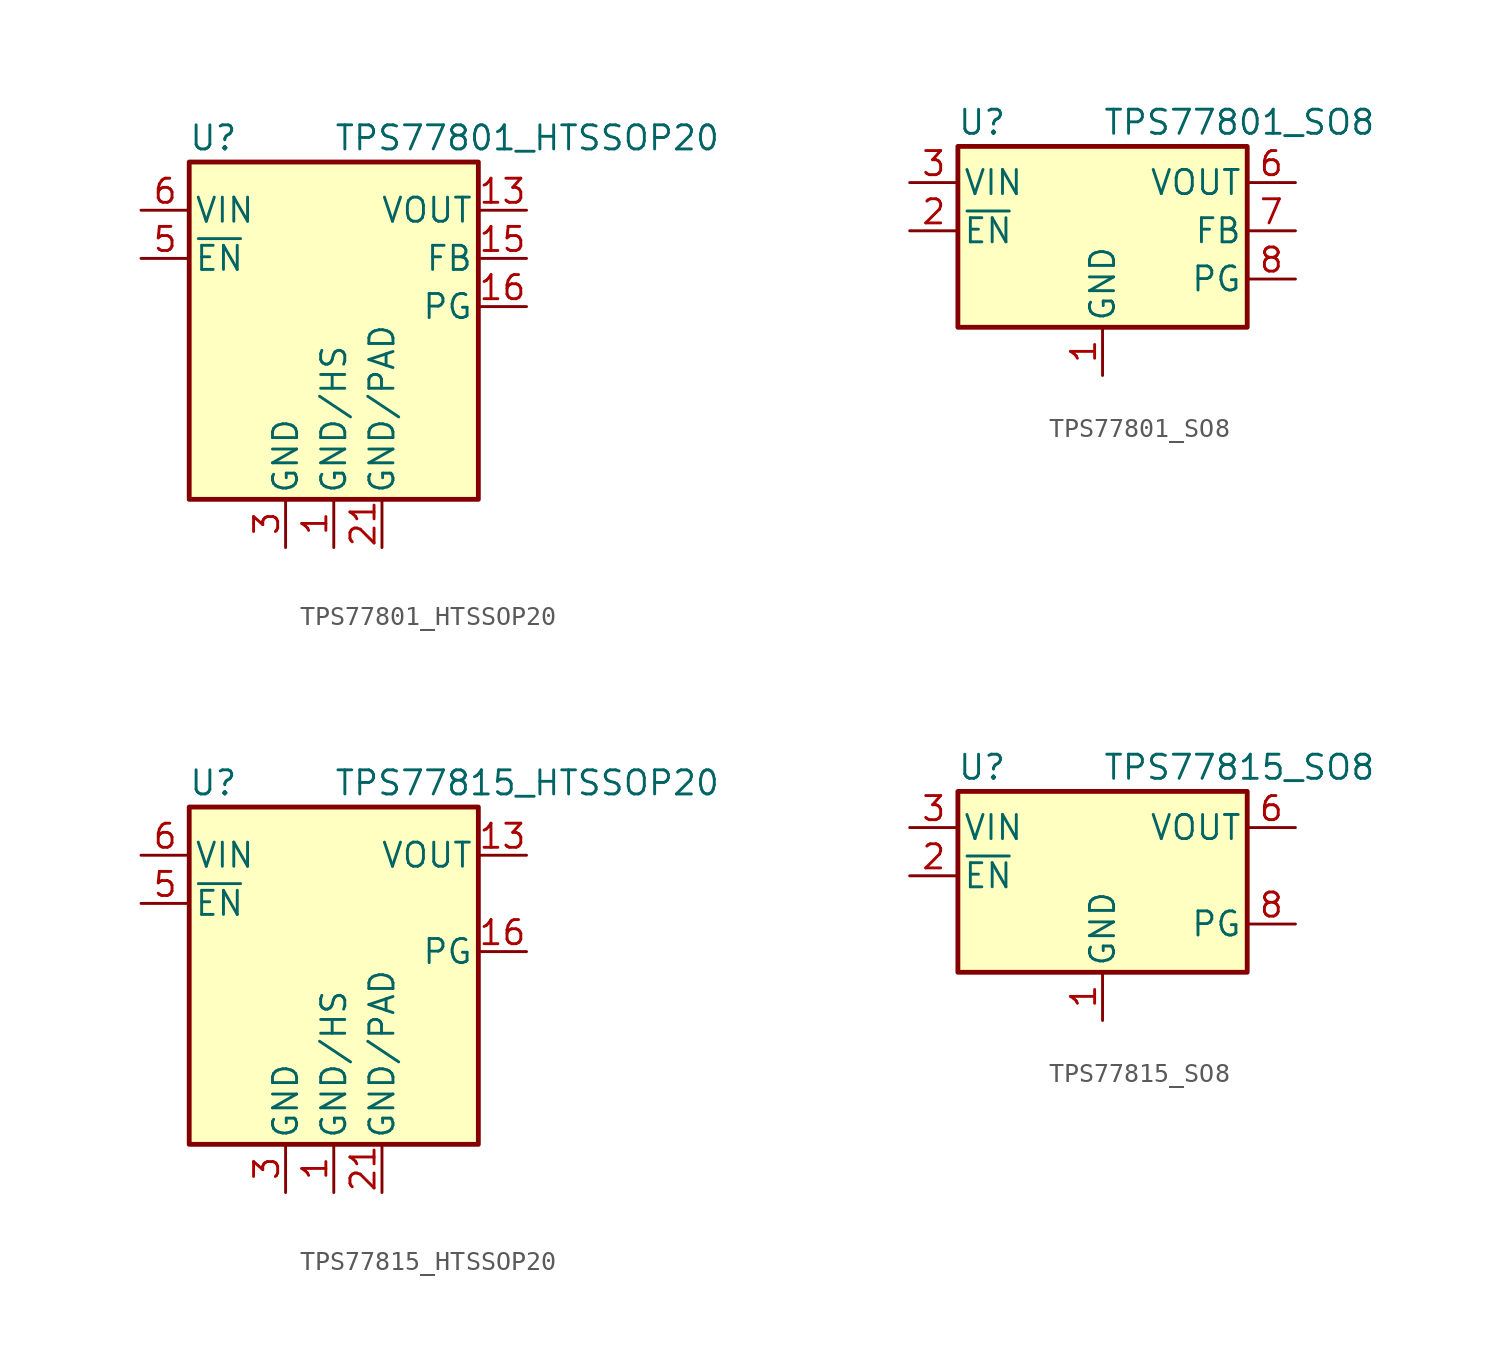
<source format=kicad_sym>
(kicad_symbol_lib
  (version 20241209)
  (generator "kicad_symbol_editor")
  (generator_version "9.0")
  (symbol "TPS77801_HTSSOP20"
    (pin_names
      (offset 0.254))
    (property "Reference" "U"
      (at -6.35 8.89 0)
      (effects (font (size 1.27 1.27))))
    (property "Value" "TPS77801_HTSSOP20"
      (at 0 8.89 0)
      (effects (font (size 1.27 1.27)) (justify left)))
    (symbol "TPS77801_HTSSOP20_0_1"
      (rectangle (start -7.62 7.62) (end 7.62 -10.16) (stroke (width 0.254) (type default)) (fill (type background))))
    (symbol "TPS77801_HTSSOP20_1_1"
      (pin power_in line (at -10.16 5.08 0) (length 2.54) (name "VIN" (effects (font (size 1.27 1.27)))) (number "6" (effects (font (size 1.27 1.27)))))
      (pin passive line (at -10.16 5.08 0) (length 2.54) (hide yes) (name "VIN" (effects (font (size 1.27 1.27)))) (number "7" (effects (font (size 1.27 1.27)))))
      (pin input line (at -10.16 2.54 0) (length 2.54) (name "~{EN}" (effects (font (size 1.27 1.27)))) (number "5" (effects (font (size 1.27 1.27)))))
      (pin no_connect line (at -7.62 0 0) (length 2.54) (hide yes) (name "NC" (effects (font (size 1.27 1.27)))) (number "4" (effects (font (size 1.27 1.27)))))
      (pin no_connect line (at -7.62 -2.54 0) (length 2.54) (hide yes) (name "NC" (effects (font (size 1.27 1.27)))) (number "8" (effects (font (size 1.27 1.27)))))
      (pin power_in line (at -2.54 -12.7 90) (length 2.54) (name "GND" (effects (font (size 1.27 1.27)))) (number "3" (effects (font (size 1.27 1.27)))))
      (pin power_in line (at 0 -12.7 90) (length 2.54) (name "GND/HS" (effects (font (size 1.27 1.27)))) (number "1" (effects (font (size 1.27 1.27)))))
      (pin passive line (at 0 -12.7 90) (length 2.54) (hide yes) (name "GND/HS" (effects (font (size 1.27 1.27)))) (number "10" (effects (font (size 1.27 1.27)))))
      (pin passive line (at 0 -12.7 90) (length 2.54) (hide yes) (name "GND/HS" (effects (font (size 1.27 1.27)))) (number "11" (effects (font (size 1.27 1.27)))))
      (pin passive line (at 0 -12.7 90) (length 2.54) (hide yes) (name "GND/HS" (effects (font (size 1.27 1.27)))) (number "12" (effects (font (size 1.27 1.27)))))
      (pin passive line (at 0 -12.7 90) (length 2.54) (hide yes) (name "GND/HS" (effects (font (size 1.27 1.27)))) (number "19" (effects (font (size 1.27 1.27)))))
      (pin passive line (at 0 -12.7 90) (length 2.54) (hide yes) (name "GND/HS" (effects (font (size 1.27 1.27)))) (number "2" (effects (font (size 1.27 1.27)))))
      (pin passive line (at 0 -12.7 90) (length 2.54) (hide yes) (name "GND/HS" (effects (font (size 1.27 1.27)))) (number "20" (effects (font (size 1.27 1.27)))))
      (pin passive line (at 0 -12.7 90) (length 2.54) (hide yes) (name "GND/HS" (effects (font (size 1.27 1.27)))) (number "9" (effects (font (size 1.27 1.27)))))
      (pin power_in line (at 2.54 -12.7 90) (length 2.54) (name "GND/PAD" (effects (font (size 1.27 1.27)))) (number "21" (effects (font (size 1.27 1.27)))))
      (pin no_connect line (at 7.62 -2.54 180) (length 2.54) (hide yes) (name "NC" (effects (font (size 1.27 1.27)))) (number "17" (effects (font (size 1.27 1.27)))))
      (pin no_connect line (at 7.62 -5.08 180) (length 2.54) (hide yes) (name "NC" (effects (font (size 1.27 1.27)))) (number "18" (effects (font (size 1.27 1.27)))))
      (pin power_out line (at 10.16 5.08 180) (length 2.54) (name "VOUT" (effects (font (size 1.27 1.27)))) (number "13" (effects (font (size 1.27 1.27)))))
      (pin passive line (at 10.16 5.08 180) (length 2.54) (hide yes) (name "VOUT" (effects (font (size 1.27 1.27)))) (number "14" (effects (font (size 1.27 1.27)))))
      (pin passive line (at 10.16 2.54 180) (length 2.54) (name "FB" (effects (font (size 1.27 1.27)))) (number "15" (effects (font (size 1.27 1.27)))))
      (pin open_collector line (at 10.16 0 180) (length 2.54) (name "PG" (effects (font (size 1.27 1.27)))) (number "16" (effects (font (size 1.27 1.27)))))))
  (symbol "TPS77801_SO8"
    (pin_names
      (offset 0.254))
    (property "Reference" "U"
      (at -6.35 5.715 0)
      (effects (font (size 1.27 1.27))))
    (property "Value" "TPS77801_SO8"
      (at 0 5.715 0)
      (effects (font (size 1.27 1.27)) (justify left)))
    (symbol "TPS77801_SO8_0_1"
      (rectangle (start -7.62 4.445) (end 7.62 -5.08) (stroke (width 0.254) (type default)) (fill (type background))))
    (symbol "TPS77801_SO8_1_1"
      (pin power_in line (at -10.16 2.54 0) (length 2.54) (name "VIN" (effects (font (size 1.27 1.27)))) (number "3" (effects (font (size 1.27 1.27)))))
      (pin passive line (at -10.16 2.54 0) (length 2.54) (hide yes) (name "VIN" (effects (font (size 1.27 1.27)))) (number "4" (effects (font (size 1.27 1.27)))))
      (pin input line (at -10.16 0 0) (length 2.54) (name "~{EN}" (effects (font (size 1.27 1.27)))) (number "2" (effects (font (size 1.27 1.27)))))
      (pin power_in line (at 0 -7.62 90) (length 2.54) (name "GND" (effects (font (size 1.27 1.27)))) (number "1" (effects (font (size 1.27 1.27)))))
      (pin passive line (at 10.16 2.54 180) (length 2.54) (hide yes) (name "VOUT" (effects (font (size 1.27 1.27)))) (number "5" (effects (font (size 1.27 1.27)))))
      (pin power_out line (at 10.16 2.54 180) (length 2.54) (name "VOUT" (effects (font (size 1.27 1.27)))) (number "6" (effects (font (size 1.27 1.27)))))
      (pin passive line (at 10.16 0 180) (length 2.54) (name "FB" (effects (font (size 1.27 1.27)))) (number "7" (effects (font (size 1.27 1.27)))))
      (pin open_collector line (at 10.16 -2.54 180) (length 2.54) (name "PG" (effects (font (size 1.27 1.27)))) (number "8" (effects (font (size 1.27 1.27)))))))
  (symbol "TPS77815_HTSSOP20"
    (pin_names
      (offset 0.254))
    (property "Reference" "U"
      (at -6.35 8.89 0)
      (effects (font (size 1.27 1.27))))
    (property "Value" "TPS77815_HTSSOP20"
      (at 0 8.89 0)
      (effects (font (size 1.27 1.27)) (justify left)))
    (symbol "TPS77815_HTSSOP20_0_1"
      (rectangle (start -7.62 7.62) (end 7.62 -10.16) (stroke (width 0.254) (type default)) (fill (type background))))
    (symbol "TPS77815_HTSSOP20_1_1"
      (pin power_in line (at -10.16 5.08 0) (length 2.54) (name "VIN" (effects (font (size 1.27 1.27)))) (number "6" (effects (font (size 1.27 1.27)))))
      (pin passive line (at -10.16 5.08 0) (length 2.54) (hide yes) (name "VIN" (effects (font (size 1.27 1.27)))) (number "7" (effects (font (size 1.27 1.27)))))
      (pin input line (at -10.16 2.54 0) (length 2.54) (name "~{EN}" (effects (font (size 1.27 1.27)))) (number "5" (effects (font (size 1.27 1.27)))))
      (pin no_connect line (at -7.62 0 0) (length 2.54) (hide yes) (name "NC" (effects (font (size 1.27 1.27)))) (number "4" (effects (font (size 1.27 1.27)))))
      (pin no_connect line (at -7.62 -2.54 0) (length 2.54) (hide yes) (name "NC" (effects (font (size 1.27 1.27)))) (number "8" (effects (font (size 1.27 1.27)))))
      (pin power_in line (at -2.54 -12.7 90) (length 2.54) (name "GND" (effects (font (size 1.27 1.27)))) (number "3" (effects (font (size 1.27 1.27)))))
      (pin power_in line (at 0 -12.7 90) (length 2.54) (name "GND/HS" (effects (font (size 1.27 1.27)))) (number "1" (effects (font (size 1.27 1.27)))))
      (pin passive line (at 0 -12.7 90) (length 2.54) (hide yes) (name "GND/HS" (effects (font (size 1.27 1.27)))) (number "10" (effects (font (size 1.27 1.27)))))
      (pin passive line (at 0 -12.7 90) (length 2.54) (hide yes) (name "GND/HS" (effects (font (size 1.27 1.27)))) (number "11" (effects (font (size 1.27 1.27)))))
      (pin passive line (at 0 -12.7 90) (length 2.54) (hide yes) (name "GND/HS" (effects (font (size 1.27 1.27)))) (number "12" (effects (font (size 1.27 1.27)))))
      (pin passive line (at 0 -12.7 90) (length 2.54) (hide yes) (name "GND/HS" (effects (font (size 1.27 1.27)))) (number "19" (effects (font (size 1.27 1.27)))))
      (pin passive line (at 0 -12.7 90) (length 2.54) (hide yes) (name "GND/HS" (effects (font (size 1.27 1.27)))) (number "2" (effects (font (size 1.27 1.27)))))
      (pin passive line (at 0 -12.7 90) (length 2.54) (hide yes) (name "GND/HS" (effects (font (size 1.27 1.27)))) (number "20" (effects (font (size 1.27 1.27)))))
      (pin passive line (at 0 -12.7 90) (length 2.54) (hide yes) (name "GND/HS" (effects (font (size 1.27 1.27)))) (number "9" (effects (font (size 1.27 1.27)))))
      (pin power_in line (at 2.54 -12.7 90) (length 2.54) (name "GND/PAD" (effects (font (size 1.27 1.27)))) (number "21" (effects (font (size 1.27 1.27)))))
      (pin no_connect line (at 7.62 2.54 180) (length 2.54) (hide yes) (name "NC" (effects (font (size 1.27 1.27)))) (number "15" (effects (font (size 1.27 1.27)))))
      (pin no_connect line (at 7.62 -2.54 180) (length 2.54) (hide yes) (name "NC" (effects (font (size 1.27 1.27)))) (number "17" (effects (font (size 1.27 1.27)))))
      (pin no_connect line (at 7.62 -5.08 180) (length 2.54) (hide yes) (name "NC" (effects (font (size 1.27 1.27)))) (number "18" (effects (font (size 1.27 1.27)))))
      (pin power_out line (at 10.16 5.08 180) (length 2.54) (name "VOUT" (effects (font (size 1.27 1.27)))) (number "13" (effects (font (size 1.27 1.27)))))
      (pin passive line (at 10.16 5.08 180) (length 2.54) (hide yes) (name "VOUT" (effects (font (size 1.27 1.27)))) (number "14" (effects (font (size 1.27 1.27)))))
      (pin open_collector line (at 10.16 0 180) (length 2.54) (name "PG" (effects (font (size 1.27 1.27)))) (number "16" (effects (font (size 1.27 1.27)))))))
  (symbol "TPS77815_SO8"
    (pin_names
      (offset 0.254))
    (property "Reference" "U"
      (at -6.35 5.715 0)
      (effects (font (size 1.27 1.27))))
    (property "Value" "TPS77815_SO8"
      (at 0 5.715 0)
      (effects (font (size 1.27 1.27)) (justify left)))
    (symbol "TPS77815_SO8_0_1"
      (rectangle (start -7.62 4.445) (end 7.62 -5.08) (stroke (width 0.254) (type default)) (fill (type background))))
    (symbol "TPS77815_SO8_1_1"
      (pin power_in line (at -10.16 2.54 0) (length 2.54) (name "VIN" (effects (font (size 1.27 1.27)))) (number "3" (effects (font (size 1.27 1.27)))))
      (pin passive line (at -10.16 2.54 0) (length 2.54) (hide yes) (name "VIN" (effects (font (size 1.27 1.27)))) (number "4" (effects (font (size 1.27 1.27)))))
      (pin input line (at -10.16 0 0) (length 2.54) (name "~{EN}" (effects (font (size 1.27 1.27)))) (number "2" (effects (font (size 1.27 1.27)))))
      (pin power_in line (at 0 -7.62 90) (length 2.54) (name "GND" (effects (font (size 1.27 1.27)))) (number "1" (effects (font (size 1.27 1.27)))))
      (pin no_connect line (at 7.62 0 180) (length 2.54) (hide yes) (name "NC" (effects (font (size 1.27 1.27)))) (number "7" (effects (font (size 1.27 1.27)))))
      (pin passive line (at 10.16 2.54 180) (length 2.54) (hide yes) (name "VOUT" (effects (font (size 1.27 1.27)))) (number "5" (effects (font (size 1.27 1.27)))))
      (pin power_out line (at 10.16 2.54 180) (length 2.54) (name "VOUT" (effects (font (size 1.27 1.27)))) (number "6" (effects (font (size 1.27 1.27)))))
      (pin open_collector line (at 10.16 -2.54 180) (length 2.54) (name "PG" (effects (font (size 1.27 1.27)))) (number "8" (effects (font (size 1.27 1.27))))))))
</source>
